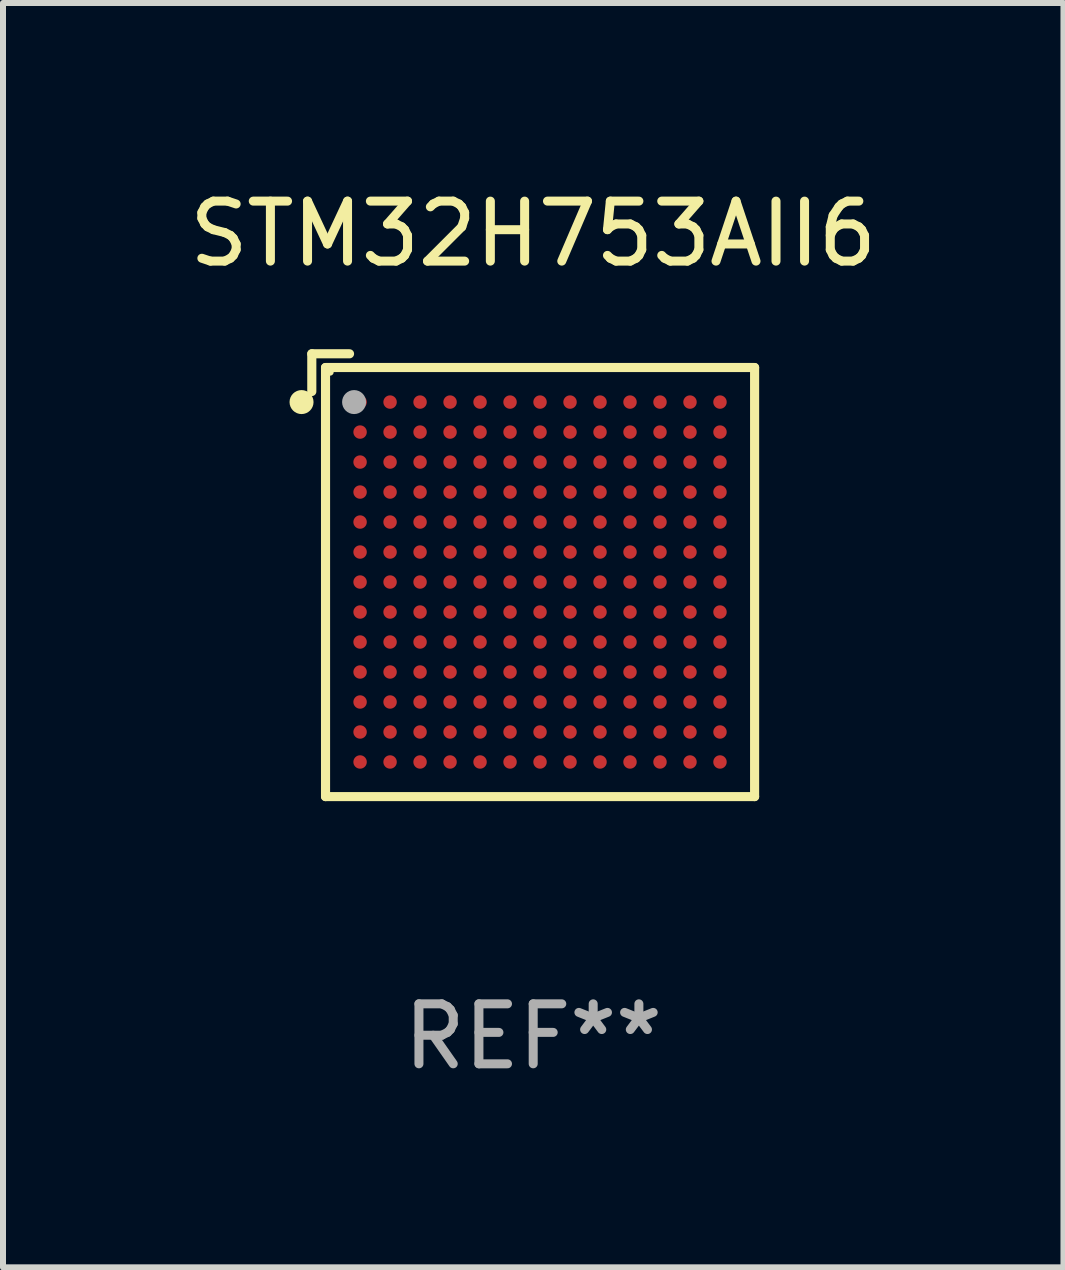
<source format=kicad_pcb>
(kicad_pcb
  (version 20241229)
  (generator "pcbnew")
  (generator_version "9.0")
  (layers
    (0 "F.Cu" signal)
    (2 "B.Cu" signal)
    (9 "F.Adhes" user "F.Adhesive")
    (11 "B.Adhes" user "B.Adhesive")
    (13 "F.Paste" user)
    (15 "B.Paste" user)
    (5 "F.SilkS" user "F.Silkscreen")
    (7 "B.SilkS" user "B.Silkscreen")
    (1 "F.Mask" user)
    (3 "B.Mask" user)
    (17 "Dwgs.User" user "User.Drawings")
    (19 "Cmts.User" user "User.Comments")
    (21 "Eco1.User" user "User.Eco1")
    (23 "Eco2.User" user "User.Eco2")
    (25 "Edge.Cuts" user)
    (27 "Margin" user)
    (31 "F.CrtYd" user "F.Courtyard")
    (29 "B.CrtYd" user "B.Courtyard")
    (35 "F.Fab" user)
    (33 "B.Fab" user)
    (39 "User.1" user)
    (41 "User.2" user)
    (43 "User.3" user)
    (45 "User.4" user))
  (footprint "STM32H753AII6"
    (layer "F.Cu")
    (at 5.839 6.539)
    (property "Reference" "STM32H753AII6" (at 0 -5.691 0) (layer "F.SilkS") (effects (font (size 1 1) (thickness 0.15))))
    (attr through_hole)
    (fp_line (start -3.691 -3.691) (end -3.691 -3.062) (stroke (width 0.152) (type solid)) (layer "F.SilkS"))
    (fp_line (start -3.462 -3.462) (end 3.691 -3.462) (stroke (width 0.152) (type solid)) (layer "F.SilkS"))
    (fp_line (start -3.462 3.691) (end -3.462 -3.462) (stroke (width 0.152) (type solid)) (layer "F.SilkS"))
    (fp_line (start -3.062 -3.691) (end -3.691 -3.691) (stroke (width 0.152) (type solid)) (layer "F.SilkS"))
    (fp_line (start 3.691 -3.462) (end 3.691 3.691) (stroke (width 0.152) (type solid)) (layer "F.SilkS"))
    (fp_line (start 3.691 3.691) (end -3.462 3.691) (stroke (width 0.152) (type solid)) (layer "F.SilkS"))
    (fp_circle (center -3.862 -2.886) (end -3.762 -2.886) (stroke (width 0.2) (type solid)) (fill no) (layer "F.SilkS"))
    (fp_circle (center -3.386 -3.386) (end -3.356 -3.386) (stroke (width 0.06) (type solid)) (fill no) (layer "F.SilkS"))
    (fp_circle (center -2.986 -2.886) (end -2.886 -2.886) (stroke (width 0.2) (type solid)) (fill no) (layer "F.Fab"))
    (fp_text user "REF**" (at 0 7.691 0) (layer "F.Fab") (effects (font (size 1 1) (thickness 0.15))))
    (pad "A1" smd circle (at -2.886 -2.886) (size 0.224 0.224) (layers "F.Cu" "F.Mask" "F.Paste"))
    (pad "A2" smd circle (at -2.386 -2.886) (size 0.224 0.224) (layers "F.Cu" "F.Mask" "F.Paste"))
    (pad "A3" smd circle (at -1.886 -2.886) (size 0.224 0.224) (layers "F.Cu" "F.Mask" "F.Paste"))
    (pad "A4" smd circle (at -1.386 -2.886) (size 0.224 0.224) (layers "F.Cu" "F.Mask" "F.Paste"))
    (pad "A5" smd circle (at -0.886 -2.886) (size 0.224 0.224) (layers "F.Cu" "F.Mask" "F.Paste"))
    (pad "A6" smd circle (at -0.386 -2.886) (size 0.224 0.224) (layers "F.Cu" "F.Mask" "F.Paste"))
    (pad "A7" smd circle (at 0.114 -2.886) (size 0.224 0.224) (layers "F.Cu" "F.Mask" "F.Paste"))
    (pad "A8" smd circle (at 0.614 -2.886) (size 0.224 0.224) (layers "F.Cu" "F.Mask" "F.Paste"))
    (pad "A9" smd circle (at 1.114 -2.886) (size 0.224 0.224) (layers "F.Cu" "F.Mask" "F.Paste"))
    (pad "A10" smd circle (at 1.614 -2.886) (size 0.224 0.224) (layers "F.Cu" "F.Mask" "F.Paste"))
    (pad "A11" smd circle (at 2.114 -2.886) (size 0.224 0.224) (layers "F.Cu" "F.Mask" "F.Paste"))
    (pad "A12" smd circle (at 2.614 -2.886) (size 0.224 0.224) (layers "F.Cu" "F.Mask" "F.Paste"))
    (pad "A13" smd circle (at 3.114 -2.886) (size 0.224 0.224) (layers "F.Cu" "F.Mask" "F.Paste"))
    (pad "B1" smd circle (at -2.886 -2.386) (size 0.224 0.224) (layers "F.Cu" "F.Mask" "F.Paste"))
    (pad "B2" smd circle (at -2.386 -2.386) (size 0.224 0.224) (layers "F.Cu" "F.Mask" "F.Paste"))
    (pad "B3" smd circle (at -1.886 -2.386) (size 0.224 0.224) (layers "F.Cu" "F.Mask" "F.Paste"))
    (pad "B4" smd circle (at -1.386 -2.386) (size 0.224 0.224) (layers "F.Cu" "F.Mask" "F.Paste"))
    (pad "B5" smd circle (at -0.886 -2.386) (size 0.224 0.224) (layers "F.Cu" "F.Mask" "F.Paste"))
    (pad "B6" smd circle (at -0.386 -2.386) (size 0.224 0.224) (layers "F.Cu" "F.Mask" "F.Paste"))
    (pad "B7" smd circle (at 0.114 -2.386) (size 0.224 0.224) (layers "F.Cu" "F.Mask" "F.Paste"))
    (pad "B8" smd circle (at 0.614 -2.386) (size 0.224 0.224) (layers "F.Cu" "F.Mask" "F.Paste"))
    (pad "B9" smd circle (at 1.114 -2.386) (size 0.224 0.224) (layers "F.Cu" "F.Mask" "F.Paste"))
    (pad "B10" smd circle (at 1.614 -2.386) (size 0.224 0.224) (layers "F.Cu" "F.Mask" "F.Paste"))
    (pad "B11" smd circle (at 2.114 -2.386) (size 0.224 0.224) (layers "F.Cu" "F.Mask" "F.Paste"))
    (pad "B12" smd circle (at 2.614 -2.386) (size 0.224 0.224) (layers "F.Cu" "F.Mask" "F.Paste"))
    (pad "B13" smd circle (at 3.114 -2.386) (size 0.224 0.224) (layers "F.Cu" "F.Mask" "F.Paste"))
    (pad "C1" smd circle (at -2.886 -1.886) (size 0.224 0.224) (layers "F.Cu" "F.Mask" "F.Paste"))
    (pad "C2" smd circle (at -2.386 -1.886) (size 0.224 0.224) (layers "F.Cu" "F.Mask" "F.Paste"))
    (pad "C3" smd circle (at -1.886 -1.886) (size 0.224 0.224) (layers "F.Cu" "F.Mask" "F.Paste"))
    (pad "C4" smd circle (at -1.386 -1.886) (size 0.224 0.224) (layers "F.Cu" "F.Mask" "F.Paste"))
    (pad "C5" smd circle (at -0.886 -1.886) (size 0.224 0.224) (layers "F.Cu" "F.Mask" "F.Paste"))
    (pad "C6" smd circle (at -0.386 -1.886) (size 0.224 0.224) (layers "F.Cu" "F.Mask" "F.Paste"))
    (pad "C7" smd circle (at 0.114 -1.886) (size 0.224 0.224) (layers "F.Cu" "F.Mask" "F.Paste"))
    (pad "C8" smd circle (at 0.614 -1.886) (size 0.224 0.224) (layers "F.Cu" "F.Mask" "F.Paste"))
    (pad "C9" smd circle (at 1.114 -1.886) (size 0.224 0.224) (layers "F.Cu" "F.Mask" "F.Paste"))
    (pad "C10" smd circle (at 1.614 -1.886) (size 0.224 0.224) (layers "F.Cu" "F.Mask" "F.Paste"))
    (pad "C11" smd circle (at 2.114 -1.886) (size 0.224 0.224) (layers "F.Cu" "F.Mask" "F.Paste"))
    (pad "C12" smd circle (at 2.614 -1.886) (size 0.224 0.224) (layers "F.Cu" "F.Mask" "F.Paste"))
    (pad "C13" smd circle (at 3.114 -1.886) (size 0.224 0.224) (layers "F.Cu" "F.Mask" "F.Paste"))
    (pad "D1" smd circle (at -2.886 -1.386) (size 0.224 0.224) (layers "F.Cu" "F.Mask" "F.Paste"))
    (pad "D2" smd circle (at -2.386 -1.386) (size 0.224 0.224) (layers "F.Cu" "F.Mask" "F.Paste"))
    (pad "D3" smd circle (at -1.886 -1.386) (size 0.224 0.224) (layers "F.Cu" "F.Mask" "F.Paste"))
    (pad "D4" smd circle (at -1.386 -1.386) (size 0.224 0.224) (layers "F.Cu" "F.Mask" "F.Paste"))
    (pad "D5" smd circle (at -0.886 -1.386) (size 0.224 0.224) (layers "F.Cu" "F.Mask" "F.Paste"))
    (pad "D6" smd circle (at -0.386 -1.386) (size 0.224 0.224) (layers "F.Cu" "F.Mask" "F.Paste"))
    (pad "D7" smd circle (at 0.114 -1.386) (size 0.224 0.224) (layers "F.Cu" "F.Mask" "F.Paste"))
    (pad "D8" smd circle (at 0.614 -1.386) (size 0.224 0.224) (layers "F.Cu" "F.Mask" "F.Paste"))
    (pad "D9" smd circle (at 1.114 -1.386) (size 0.224 0.224) (layers "F.Cu" "F.Mask" "F.Paste"))
    (pad "D10" smd circle (at 1.614 -1.386) (size 0.224 0.224) (layers "F.Cu" "F.Mask" "F.Paste"))
    (pad "D11" smd circle (at 2.114 -1.386) (size 0.224 0.224) (layers "F.Cu" "F.Mask" "F.Paste"))
    (pad "D12" smd circle (at 2.614 -1.386) (size 0.224 0.224) (layers "F.Cu" "F.Mask" "F.Paste"))
    (pad "D13" smd circle (at 3.114 -1.386) (size 0.224 0.224) (layers "F.Cu" "F.Mask" "F.Paste"))
    (pad "E1" smd circle (at -2.886 -0.886) (size 0.224 0.224) (layers "F.Cu" "F.Mask" "F.Paste"))
    (pad "E2" smd circle (at -2.386 -0.886) (size 0.224 0.224) (layers "F.Cu" "F.Mask" "F.Paste"))
    (pad "E3" smd circle (at -1.886 -0.886) (size 0.224 0.224) (layers "F.Cu" "F.Mask" "F.Paste"))
    (pad "E4" smd circle (at -1.386 -0.886) (size 0.224 0.224) (layers "F.Cu" "F.Mask" "F.Paste"))
    (pad "E5" smd circle (at -0.886 -0.886) (size 0.224 0.224) (layers "F.Cu" "F.Mask" "F.Paste"))
    (pad "E6" smd circle (at -0.386 -0.886) (size 0.224 0.224) (layers "F.Cu" "F.Mask" "F.Paste"))
    (pad "E7" smd circle (at 0.114 -0.886) (size 0.224 0.224) (layers "F.Cu" "F.Mask" "F.Paste"))
    (pad "E8" smd circle (at 0.614 -0.886) (size 0.224 0.224) (layers "F.Cu" "F.Mask" "F.Paste"))
    (pad "E9" smd circle (at 1.114 -0.886) (size 0.224 0.224) (layers "F.Cu" "F.Mask" "F.Paste"))
    (pad "E10" smd circle (at 1.614 -0.886) (size 0.224 0.224) (layers "F.Cu" "F.Mask" "F.Paste"))
    (pad "E11" smd circle (at 2.114 -0.886) (size 0.224 0.224) (layers "F.Cu" "F.Mask" "F.Paste"))
    (pad "E12" smd circle (at 2.614 -0.886) (size 0.224 0.224) (layers "F.Cu" "F.Mask" "F.Paste"))
    (pad "E13" smd circle (at 3.114 -0.886) (size 0.224 0.224) (layers "F.Cu" "F.Mask" "F.Paste"))
    (pad "F1" smd circle (at -2.886 -0.386) (size 0.224 0.224) (layers "F.Cu" "F.Mask" "F.Paste"))
    (pad "F2" smd circle (at -2.386 -0.386) (size 0.224 0.224) (layers "F.Cu" "F.Mask" "F.Paste"))
    (pad "F3" smd circle (at -1.886 -0.386) (size 0.224 0.224) (layers "F.Cu" "F.Mask" "F.Paste"))
    (pad "F4" smd circle (at -1.386 -0.386) (size 0.224 0.224) (layers "F.Cu" "F.Mask" "F.Paste"))
    (pad "F5" smd circle (at -0.886 -0.386) (size 0.224 0.224) (layers "F.Cu" "F.Mask" "F.Paste"))
    (pad "F6" smd circle (at -0.386 -0.386) (size 0.224 0.224) (layers "F.Cu" "F.Mask" "F.Paste"))
    (pad "F7" smd circle (at 0.114 -0.386) (size 0.224 0.224) (layers "F.Cu" "F.Mask" "F.Paste"))
    (pad "F8" smd circle (at 0.614 -0.386) (size 0.224 0.224) (layers "F.Cu" "F.Mask" "F.Paste"))
    (pad "F9" smd circle (at 1.114 -0.386) (size 0.224 0.224) (layers "F.Cu" "F.Mask" "F.Paste"))
    (pad "F10" smd circle (at 1.614 -0.386) (size 0.224 0.224) (layers "F.Cu" "F.Mask" "F.Paste"))
    (pad "F11" smd circle (at 2.114 -0.386) (size 0.224 0.224) (layers "F.Cu" "F.Mask" "F.Paste"))
    (pad "F12" smd circle (at 2.614 -0.386) (size 0.224 0.224) (layers "F.Cu" "F.Mask" "F.Paste"))
    (pad "F13" smd circle (at 3.114 -0.386) (size 0.224 0.224) (layers "F.Cu" "F.Mask" "F.Paste"))
    (pad "G1" smd circle (at -2.886 0.114) (size 0.224 0.224) (layers "F.Cu" "F.Mask" "F.Paste"))
    (pad "G2" smd circle (at -2.386 0.114) (size 0.224 0.224) (layers "F.Cu" "F.Mask" "F.Paste"))
    (pad "G3" smd circle (at -1.886 0.114) (size 0.224 0.224) (layers "F.Cu" "F.Mask" "F.Paste"))
    (pad "G4" smd circle (at -1.386 0.114) (size 0.224 0.224) (layers "F.Cu" "F.Mask" "F.Paste"))
    (pad "G5" smd circle (at -0.886 0.114) (size 0.224 0.224) (layers "F.Cu" "F.Mask" "F.Paste"))
    (pad "G6" smd circle (at -0.386 0.114) (size 0.224 0.224) (layers "F.Cu" "F.Mask" "F.Paste"))
    (pad "G7" smd circle (at 0.114 0.114) (size 0.224 0.224) (layers "F.Cu" "F.Mask" "F.Paste"))
    (pad "G8" smd circle (at 0.614 0.114) (size 0.224 0.224) (layers "F.Cu" "F.Mask" "F.Paste"))
    (pad "G9" smd circle (at 1.114 0.114) (size 0.224 0.224) (layers "F.Cu" "F.Mask" "F.Paste"))
    (pad "G10" smd circle (at 1.614 0.114) (size 0.224 0.224) (layers "F.Cu" "F.Mask" "F.Paste"))
    (pad "G11" smd circle (at 2.114 0.114) (size 0.224 0.224) (layers "F.Cu" "F.Mask" "F.Paste"))
    (pad "G12" smd circle (at 2.614 0.114) (size 0.224 0.224) (layers "F.Cu" "F.Mask" "F.Paste"))
    (pad "G13" smd circle (at 3.114 0.114) (size 0.224 0.224) (layers "F.Cu" "F.Mask" "F.Paste"))
    (pad "H1" smd circle (at -2.886 0.614) (size 0.224 0.224) (layers "F.Cu" "F.Mask" "F.Paste"))
    (pad "H2" smd circle (at -2.386 0.614) (size 0.224 0.224) (layers "F.Cu" "F.Mask" "F.Paste"))
    (pad "H3" smd circle (at -1.886 0.614) (size 0.224 0.224) (layers "F.Cu" "F.Mask" "F.Paste"))
    (pad "H4" smd circle (at -1.386 0.614) (size 0.224 0.224) (layers "F.Cu" "F.Mask" "F.Paste"))
    (pad "H5" smd circle (at -0.886 0.614) (size 0.224 0.224) (layers "F.Cu" "F.Mask" "F.Paste"))
    (pad "H6" smd circle (at -0.386 0.614) (size 0.224 0.224) (layers "F.Cu" "F.Mask" "F.Paste"))
    (pad "H7" smd circle (at 0.114 0.614) (size 0.224 0.224) (layers "F.Cu" "F.Mask" "F.Paste"))
    (pad "H8" smd circle (at 0.614 0.614) (size 0.224 0.224) (layers "F.Cu" "F.Mask" "F.Paste"))
    (pad "H9" smd circle (at 1.114 0.614) (size 0.224 0.224) (layers "F.Cu" "F.Mask" "F.Paste"))
    (pad "H10" smd circle (at 1.614 0.614) (size 0.224 0.224) (layers "F.Cu" "F.Mask" "F.Paste"))
    (pad "H11" smd circle (at 2.114 0.614) (size 0.224 0.224) (layers "F.Cu" "F.Mask" "F.Paste"))
    (pad "H12" smd circle (at 2.614 0.614) (size 0.224 0.224) (layers "F.Cu" "F.Mask" "F.Paste"))
    (pad "H13" smd circle (at 3.114 0.614) (size 0.224 0.224) (layers "F.Cu" "F.Mask" "F.Paste"))
    (pad "J1" smd circle (at -2.886 1.114) (size 0.224 0.224) (layers "F.Cu" "F.Mask" "F.Paste"))
    (pad "J2" smd circle (at -2.386 1.114) (size 0.224 0.224) (layers "F.Cu" "F.Mask" "F.Paste"))
    (pad "J3" smd circle (at -1.886 1.114) (size 0.224 0.224) (layers "F.Cu" "F.Mask" "F.Paste"))
    (pad "J4" smd circle (at -1.386 1.114) (size 0.224 0.224) (layers "F.Cu" "F.Mask" "F.Paste"))
    (pad "J5" smd circle (at -0.886 1.114) (size 0.224 0.224) (layers "F.Cu" "F.Mask" "F.Paste"))
    (pad "J6" smd circle (at -0.386 1.114) (size 0.224 0.224) (layers "F.Cu" "F.Mask" "F.Paste"))
    (pad "J7" smd circle (at 0.114 1.114) (size 0.224 0.224) (layers "F.Cu" "F.Mask" "F.Paste"))
    (pad "J8" smd circle (at 0.614 1.114) (size 0.224 0.224) (layers "F.Cu" "F.Mask" "F.Paste"))
    (pad "J9" smd circle (at 1.114 1.114) (size 0.224 0.224) (layers "F.Cu" "F.Mask" "F.Paste"))
    (pad "J10" smd circle (at 1.614 1.114) (size 0.224 0.224) (layers "F.Cu" "F.Mask" "F.Paste"))
    (pad "J11" smd circle (at 2.114 1.114) (size 0.224 0.224) (layers "F.Cu" "F.Mask" "F.Paste"))
    (pad "J12" smd circle (at 2.614 1.114) (size 0.224 0.224) (layers "F.Cu" "F.Mask" "F.Paste"))
    (pad "J13" smd circle (at 3.114 1.114) (size 0.224 0.224) (layers "F.Cu" "F.Mask" "F.Paste"))
    (pad "K1" smd circle (at -2.886 1.614) (size 0.224 0.224) (layers "F.Cu" "F.Mask" "F.Paste"))
    (pad "K2" smd circle (at -2.386 1.614) (size 0.224 0.224) (layers "F.Cu" "F.Mask" "F.Paste"))
    (pad "K3" smd circle (at -1.886 1.614) (size 0.224 0.224) (layers "F.Cu" "F.Mask" "F.Paste"))
    (pad "K4" smd circle (at -1.386 1.614) (size 0.224 0.224) (layers "F.Cu" "F.Mask" "F.Paste"))
    (pad "K5" smd circle (at -0.886 1.614) (size 0.224 0.224) (layers "F.Cu" "F.Mask" "F.Paste"))
    (pad "K6" smd circle (at -0.386 1.614) (size 0.224 0.224) (layers "F.Cu" "F.Mask" "F.Paste"))
    (pad "K7" smd circle (at 0.114 1.614) (size 0.224 0.224) (layers "F.Cu" "F.Mask" "F.Paste"))
    (pad "K8" smd circle (at 0.614 1.614) (size 0.224 0.224) (layers "F.Cu" "F.Mask" "F.Paste"))
    (pad "K9" smd circle (at 1.114 1.614) (size 0.224 0.224) (layers "F.Cu" "F.Mask" "F.Paste"))
    (pad "K10" smd circle (at 1.614 1.614) (size 0.224 0.224) (layers "F.Cu" "F.Mask" "F.Paste"))
    (pad "K11" smd circle (at 2.114 1.614) (size 0.224 0.224) (layers "F.Cu" "F.Mask" "F.Paste"))
    (pad "K12" smd circle (at 2.614 1.614) (size 0.224 0.224) (layers "F.Cu" "F.Mask" "F.Paste"))
    (pad "K13" smd circle (at 3.114 1.614) (size 0.224 0.224) (layers "F.Cu" "F.Mask" "F.Paste"))
    (pad "L1" smd circle (at -2.886 2.114) (size 0.224 0.224) (layers "F.Cu" "F.Mask" "F.Paste"))
    (pad "L2" smd circle (at -2.386 2.114) (size 0.224 0.224) (layers "F.Cu" "F.Mask" "F.Paste"))
    (pad "L3" smd circle (at -1.886 2.114) (size 0.224 0.224) (layers "F.Cu" "F.Mask" "F.Paste"))
    (pad "L4" smd circle (at -1.386 2.114) (size 0.224 0.224) (layers "F.Cu" "F.Mask" "F.Paste"))
    (pad "L5" smd circle (at -0.886 2.114) (size 0.224 0.224) (layers "F.Cu" "F.Mask" "F.Paste"))
    (pad "L6" smd circle (at -0.386 2.114) (size 0.224 0.224) (layers "F.Cu" "F.Mask" "F.Paste"))
    (pad "L7" smd circle (at 0.114 2.114) (size 0.224 0.224) (layers "F.Cu" "F.Mask" "F.Paste"))
    (pad "L8" smd circle (at 0.614 2.114) (size 0.224 0.224) (layers "F.Cu" "F.Mask" "F.Paste"))
    (pad "L9" smd circle (at 1.114 2.114) (size 0.224 0.224) (layers "F.Cu" "F.Mask" "F.Paste"))
    (pad "L10" smd circle (at 1.614 2.114) (size 0.224 0.224) (layers "F.Cu" "F.Mask" "F.Paste"))
    (pad "L11" smd circle (at 2.114 2.114) (size 0.224 0.224) (layers "F.Cu" "F.Mask" "F.Paste"))
    (pad "L12" smd circle (at 2.614 2.114) (size 0.224 0.224) (layers "F.Cu" "F.Mask" "F.Paste"))
    (pad "L13" smd circle (at 3.114 2.114) (size 0.224 0.224) (layers "F.Cu" "F.Mask" "F.Paste"))
    (pad "M1" smd circle (at -2.886 2.614) (size 0.224 0.224) (layers "F.Cu" "F.Mask" "F.Paste"))
    (pad "M2" smd circle (at -2.386 2.614) (size 0.224 0.224) (layers "F.Cu" "F.Mask" "F.Paste"))
    (pad "M3" smd circle (at -1.886 2.614) (size 0.224 0.224) (layers "F.Cu" "F.Mask" "F.Paste"))
    (pad "M4" smd circle (at -1.386 2.614) (size 0.224 0.224) (layers "F.Cu" "F.Mask" "F.Paste"))
    (pad "M5" smd circle (at -0.886 2.614) (size 0.224 0.224) (layers "F.Cu" "F.Mask" "F.Paste"))
    (pad "M6" smd circle (at -0.386 2.614) (size 0.224 0.224) (layers "F.Cu" "F.Mask" "F.Paste"))
    (pad "M7" smd circle (at 0.114 2.614) (size 0.224 0.224) (layers "F.Cu" "F.Mask" "F.Paste"))
    (pad "M8" smd circle (at 0.614 2.614) (size 0.224 0.224) (layers "F.Cu" "F.Mask" "F.Paste"))
    (pad "M9" smd circle (at 1.114 2.614) (size 0.224 0.224) (layers "F.Cu" "F.Mask" "F.Paste"))
    (pad "M10" smd circle (at 1.614 2.614) (size 0.224 0.224) (layers "F.Cu" "F.Mask" "F.Paste"))
    (pad "M11" smd circle (at 2.114 2.614) (size 0.224 0.224) (layers "F.Cu" "F.Mask" "F.Paste"))
    (pad "M12" smd circle (at 2.614 2.614) (size 0.224 0.224) (layers "F.Cu" "F.Mask" "F.Paste"))
    (pad "M13" smd circle (at 3.114 2.614) (size 0.224 0.224) (layers "F.Cu" "F.Mask" "F.Paste"))
    (pad "N1" smd circle (at -2.886 3.114) (size 0.224 0.224) (layers "F.Cu" "F.Mask" "F.Paste"))
    (pad "N2" smd circle (at -2.386 3.114) (size 0.224 0.224) (layers "F.Cu" "F.Mask" "F.Paste"))
    (pad "N3" smd circle (at -1.886 3.114) (size 0.224 0.224) (layers "F.Cu" "F.Mask" "F.Paste"))
    (pad "N4" smd circle (at -1.386 3.114) (size 0.224 0.224) (layers "F.Cu" "F.Mask" "F.Paste"))
    (pad "N5" smd circle (at -0.886 3.114) (size 0.224 0.224) (layers "F.Cu" "F.Mask" "F.Paste"))
    (pad "N6" smd circle (at -0.386 3.114) (size 0.224 0.224) (layers "F.Cu" "F.Mask" "F.Paste"))
    (pad "N7" smd circle (at 0.114 3.114) (size 0.224 0.224) (layers "F.Cu" "F.Mask" "F.Paste"))
    (pad "N8" smd circle (at 0.614 3.114) (size 0.224 0.224) (layers "F.Cu" "F.Mask" "F.Paste"))
    (pad "N9" smd circle (at 1.114 3.114) (size 0.224 0.224) (layers "F.Cu" "F.Mask" "F.Paste"))
    (pad "N10" smd circle (at 1.614 3.114) (size 0.224 0.224) (layers "F.Cu" "F.Mask" "F.Paste"))
    (pad "N11" smd circle (at 2.114 3.114) (size 0.224 0.224) (layers "F.Cu" "F.Mask" "F.Paste"))
    (pad "N12" smd circle (at 2.614 3.114) (size 0.224 0.224) (layers "F.Cu" "F.Mask" "F.Paste"))
    (pad "N13" smd circle (at 3.114 3.114) (size 0.224 0.224) (layers "F.Cu" "F.Mask" "F.Paste")))
  (gr_rect
    (start -3 -3)
    (end 14.679 18.078)
    (stroke (width 0.1) (type default))
    (fill no)
    (layer "Edge.Cuts")))
</source>
